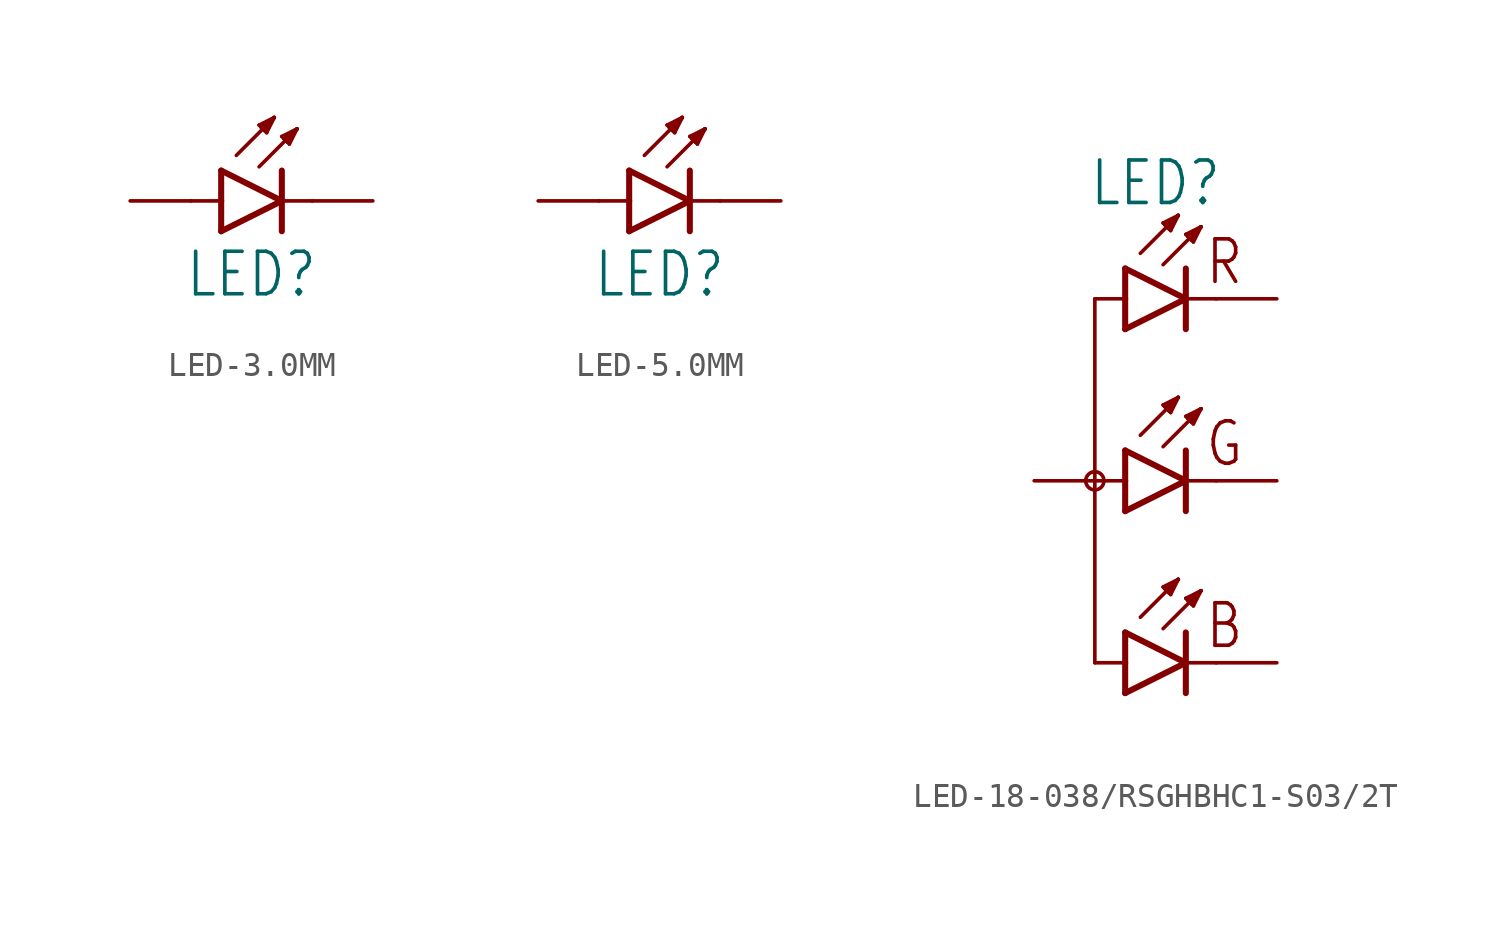
<source format=kicad_sym>
(kicad_symbol_lib
  (version 20231120)
  (generator "kicad_symbol_editor")
  (generator_version "8.0")
  (symbol "LED-3.0MM"
    (property "Reference" "LED"
      (at 0 -2.032 0)
      (effects (font (size 1.778 1.511)) (justify top)))
    (property "Value" ""
      (at 0 -4.572 0)
      (effects (font (size 1.778 1.511)) (justify top)))
    (property "ki_locked" ""
      (at 0 0 0)
      (effects (font (size 1.27 1.27))))
    (symbol "LED-3.0MM_1_0"
      (polyline (pts (xy -2.54 0) (xy -1.27 0)) (stroke (width 0.152) (type solid)) (fill (type none)))
      (polyline (pts (xy -1.27 -1.27) (xy 1.27 0)) (stroke (width 0.254) (type solid)) (fill (type none)))
      (polyline (pts (xy -1.27 0) (xy -1.27 -1.27)) (stroke (width 0.254) (type solid)) (fill (type none)))
      (polyline (pts (xy -1.27 1.27) (xy -1.27 0)) (stroke (width 0.254) (type solid)) (fill (type none)))
      (polyline (pts (xy -0.635 1.905) (xy 0.953 3.493)) (stroke (width 0.152) (type solid)) (fill (type none)))
      (polyline (pts (xy 0.318 1.429) (xy 1.905 3.016)) (stroke (width 0.152) (type solid)) (fill (type none)))
      (polyline (pts (xy 0.318 3.175) (xy 0.397 3.096)) (stroke (width 0.152) (type solid)) (fill (type none)))
      (polyline (pts (xy 0.397 3.096) (xy 0.556 2.937)) (stroke (width 0.152) (type solid)) (fill (type none)))
      (polyline (pts (xy 0.556 2.937) (xy 0.635 2.857)) (stroke (width 0.152) (type solid)) (fill (type none)))
      (polyline (pts (xy 0.635 2.857) (xy 0.953 3.493)) (stroke (width 0.152) (type solid)) (fill (type none)))
      (polyline (pts (xy 0.953 3.493) (xy 0.318 3.175)) (stroke (width 0.152) (type solid)) (fill (type none)))
      (polyline (pts (xy 0.953 3.493) (xy 0.397 3.096)) (stroke (width 0.152) (type solid)) (fill (type none)))
      (polyline (pts (xy 0.953 3.493) (xy 0.556 2.937)) (stroke (width 0.152) (type solid)) (fill (type none)))
      (polyline (pts (xy 1.27 0) (xy -1.27 1.27)) (stroke (width 0.254) (type solid)) (fill (type none)))
      (polyline (pts (xy 1.27 0) (xy 1.27 -1.27)) (stroke (width 0.254) (type solid)) (fill (type none)))
      (polyline (pts (xy 1.27 1.27) (xy 1.27 0)) (stroke (width 0.254) (type solid)) (fill (type none)))
      (polyline (pts (xy 1.27 2.699) (xy 1.349 2.619)) (stroke (width 0.152) (type solid)) (fill (type none)))
      (polyline (pts (xy 1.349 2.619) (xy 1.508 2.461)) (stroke (width 0.152) (type solid)) (fill (type none)))
      (polyline (pts (xy 1.508 2.461) (xy 1.587 2.381)) (stroke (width 0.152) (type solid)) (fill (type none)))
      (polyline (pts (xy 1.587 2.381) (xy 1.905 3.016)) (stroke (width 0.152) (type solid)) (fill (type none)))
      (polyline (pts (xy 1.905 3.016) (xy 1.27 2.699)) (stroke (width 0.152) (type solid)) (fill (type none)))
      (polyline (pts (xy 1.905 3.016) (xy 1.349 2.619)) (stroke (width 0.152) (type solid)) (fill (type none)))
      (polyline (pts (xy 1.905 3.016) (xy 1.508 2.461)) (stroke (width 0.152) (type solid)) (fill (type none)))
      (polyline (pts (xy 2.54 0) (xy 1.27 0)) (stroke (width 0.152) (type solid)) (fill (type none)))
      (pin passive line (at -5.08 0 0) (length 2.54) (name "A" (effects (font (size 0 0)))) (number "A" (effects (font (size 0 0)))))
      (pin passive line (at 5.08 0 180) (length 2.54) (name "C" (effects (font (size 0 0)))) (number "C" (effects (font (size 0 0)))))))
  (symbol "LED-5.0MM"
    (property "Reference" "LED"
      (at 0 -2.032 0)
      (effects (font (size 1.778 1.511)) (justify top)))
    (property "Value" ""
      (at 0 -4.572 0)
      (effects (font (size 1.778 1.511)) (justify top)))
    (property "ki_locked" ""
      (at 0 0 0)
      (effects (font (size 1.27 1.27))))
    (symbol "LED-5.0MM_1_0"
      (polyline (pts (xy -2.54 0) (xy -1.27 0)) (stroke (width 0.152) (type solid)) (fill (type none)))
      (polyline (pts (xy -1.27 -1.27) (xy 1.27 0)) (stroke (width 0.254) (type solid)) (fill (type none)))
      (polyline (pts (xy -1.27 0) (xy -1.27 -1.27)) (stroke (width 0.254) (type solid)) (fill (type none)))
      (polyline (pts (xy -1.27 1.27) (xy -1.27 0)) (stroke (width 0.254) (type solid)) (fill (type none)))
      (polyline (pts (xy -0.635 1.905) (xy 0.953 3.493)) (stroke (width 0.152) (type solid)) (fill (type none)))
      (polyline (pts (xy 0.318 1.429) (xy 1.905 3.016)) (stroke (width 0.152) (type solid)) (fill (type none)))
      (polyline (pts (xy 0.318 3.175) (xy 0.397 3.096)) (stroke (width 0.152) (type solid)) (fill (type none)))
      (polyline (pts (xy 0.397 3.096) (xy 0.556 2.937)) (stroke (width 0.152) (type solid)) (fill (type none)))
      (polyline (pts (xy 0.556 2.937) (xy 0.635 2.857)) (stroke (width 0.152) (type solid)) (fill (type none)))
      (polyline (pts (xy 0.635 2.857) (xy 0.953 3.493)) (stroke (width 0.152) (type solid)) (fill (type none)))
      (polyline (pts (xy 0.953 3.493) (xy 0.318 3.175)) (stroke (width 0.152) (type solid)) (fill (type none)))
      (polyline (pts (xy 0.953 3.493) (xy 0.397 3.096)) (stroke (width 0.152) (type solid)) (fill (type none)))
      (polyline (pts (xy 0.953 3.493) (xy 0.556 2.937)) (stroke (width 0.152) (type solid)) (fill (type none)))
      (polyline (pts (xy 1.27 0) (xy -1.27 1.27)) (stroke (width 0.254) (type solid)) (fill (type none)))
      (polyline (pts (xy 1.27 0) (xy 1.27 -1.27)) (stroke (width 0.254) (type solid)) (fill (type none)))
      (polyline (pts (xy 1.27 1.27) (xy 1.27 0)) (stroke (width 0.254) (type solid)) (fill (type none)))
      (polyline (pts (xy 1.27 2.699) (xy 1.349 2.619)) (stroke (width 0.152) (type solid)) (fill (type none)))
      (polyline (pts (xy 1.349 2.619) (xy 1.508 2.461)) (stroke (width 0.152) (type solid)) (fill (type none)))
      (polyline (pts (xy 1.508 2.461) (xy 1.587 2.381)) (stroke (width 0.152) (type solid)) (fill (type none)))
      (polyline (pts (xy 1.587 2.381) (xy 1.905 3.016)) (stroke (width 0.152) (type solid)) (fill (type none)))
      (polyline (pts (xy 1.905 3.016) (xy 1.27 2.699)) (stroke (width 0.152) (type solid)) (fill (type none)))
      (polyline (pts (xy 1.905 3.016) (xy 1.349 2.619)) (stroke (width 0.152) (type solid)) (fill (type none)))
      (polyline (pts (xy 1.905 3.016) (xy 1.508 2.461)) (stroke (width 0.152) (type solid)) (fill (type none)))
      (polyline (pts (xy 2.54 0) (xy 1.27 0)) (stroke (width 0.152) (type solid)) (fill (type none)))
      (pin passive line (at -5.08 0 0) (length 2.54) (name "A" (effects (font (size 0 0)))) (number "A" (effects (font (size 0 0)))))
      (pin passive line (at 5.08 0 180) (length 2.54) (name "C" (effects (font (size 0 0)))) (number "C" (effects (font (size 0 0)))))))
  (symbol "LED-18-038/RSGHBHC1-S03/2T"
    (property "Reference" "LED"
      (at 0 11.43 0)
      (effects (font (size 1.778 1.511)) (justify bottom)))
    (property "Value" ""
      (at 1.016 -9.398 0)
      (effects (font (size 1.778 1.511)) (justify top)))
    (property "ki_locked" ""
      (at 0 0 0)
      (effects (font (size 1.27 1.27))))
    (symbol "LED-18-038/RSGHBHC1-S03/2T_1_0"
      (circle (center -2.54 0) (radius 0.381) (stroke (width 0) (type solid)) (fill (type none)))
      (polyline (pts (xy -2.54 -7.62) (xy -2.54 0)) (stroke (width 0.152) (type solid)) (fill (type none)))
      (polyline (pts (xy -2.54 -7.62) (xy -1.27 -7.62)) (stroke (width 0.152) (type solid)) (fill (type none)))
      (polyline (pts (xy -2.54 0) (xy -2.54 7.62)) (stroke (width 0.152) (type solid)) (fill (type none)))
      (polyline (pts (xy -2.54 0) (xy -1.27 0)) (stroke (width 0.152) (type solid)) (fill (type none)))
      (polyline (pts (xy -2.54 7.62) (xy -1.27 7.62)) (stroke (width 0.152) (type solid)) (fill (type none)))
      (polyline (pts (xy -1.27 -8.89) (xy 1.27 -7.62)) (stroke (width 0.254) (type solid)) (fill (type none)))
      (polyline (pts (xy -1.27 -7.62) (xy -1.27 -8.89)) (stroke (width 0.254) (type solid)) (fill (type none)))
      (polyline (pts (xy -1.27 -6.35) (xy -1.27 -7.62)) (stroke (width 0.254) (type solid)) (fill (type none)))
      (polyline (pts (xy -1.27 -1.27) (xy 1.27 0)) (stroke (width 0.254) (type solid)) (fill (type none)))
      (polyline (pts (xy -1.27 0) (xy -1.27 -1.27)) (stroke (width 0.254) (type solid)) (fill (type none)))
      (polyline (pts (xy -1.27 1.27) (xy -1.27 0)) (stroke (width 0.254) (type solid)) (fill (type none)))
      (polyline (pts (xy -1.27 6.35) (xy 1.27 7.62)) (stroke (width 0.254) (type solid)) (fill (type none)))
      (polyline (pts (xy -1.27 7.62) (xy -1.27 6.35)) (stroke (width 0.254) (type solid)) (fill (type none)))
      (polyline (pts (xy -1.27 8.89) (xy -1.27 7.62)) (stroke (width 0.254) (type solid)) (fill (type none)))
      (polyline (pts (xy -0.635 -5.715) (xy 0.953 -4.128)) (stroke (width 0.152) (type solid)) (fill (type none)))
      (polyline (pts (xy -0.635 1.905) (xy 0.953 3.493)) (stroke (width 0.152) (type solid)) (fill (type none)))
      (polyline (pts (xy -0.635 9.525) (xy 0.953 11.113)) (stroke (width 0.152) (type solid)) (fill (type none)))
      (polyline (pts (xy 0.318 -6.191) (xy 1.905 -4.604)) (stroke (width 0.152) (type solid)) (fill (type none)))
      (polyline (pts (xy 0.318 -4.445) (xy 0.397 -4.524)) (stroke (width 0.152) (type solid)) (fill (type none)))
      (polyline (pts (xy 0.318 1.429) (xy 1.905 3.016)) (stroke (width 0.152) (type solid)) (fill (type none)))
      (polyline (pts (xy 0.318 3.175) (xy 0.397 3.096)) (stroke (width 0.152) (type solid)) (fill (type none)))
      (polyline (pts (xy 0.318 9.049) (xy 1.905 10.636)) (stroke (width 0.152) (type solid)) (fill (type none)))
      (polyline (pts (xy 0.318 10.795) (xy 0.397 10.716)) (stroke (width 0.152) (type solid)) (fill (type none)))
      (polyline (pts (xy 0.397 -4.524) (xy 0.556 -4.683)) (stroke (width 0.152) (type solid)) (fill (type none)))
      (polyline (pts (xy 0.397 3.096) (xy 0.556 2.937)) (stroke (width 0.152) (type solid)) (fill (type none)))
      (polyline (pts (xy 0.397 10.716) (xy 0.556 10.557)) (stroke (width 0.152) (type solid)) (fill (type none)))
      (polyline (pts (xy 0.556 -4.683) (xy 0.635 -4.763)) (stroke (width 0.152) (type solid)) (fill (type none)))
      (polyline (pts (xy 0.556 2.937) (xy 0.635 2.857)) (stroke (width 0.152) (type solid)) (fill (type none)))
      (polyline (pts (xy 0.556 10.557) (xy 0.635 10.477)) (stroke (width 0.152) (type solid)) (fill (type none)))
      (polyline (pts (xy 0.635 -4.763) (xy 0.953 -4.128)) (stroke (width 0.152) (type solid)) (fill (type none)))
      (polyline (pts (xy 0.635 2.857) (xy 0.953 3.493)) (stroke (width 0.152) (type solid)) (fill (type none)))
      (polyline (pts (xy 0.635 10.477) (xy 0.953 11.113)) (stroke (width 0.152) (type solid)) (fill (type none)))
      (polyline (pts (xy 0.953 -4.128) (xy 0.318 -4.445)) (stroke (width 0.152) (type solid)) (fill (type none)))
      (polyline (pts (xy 0.953 -4.128) (xy 0.397 -4.524)) (stroke (width 0.152) (type solid)) (fill (type none)))
      (polyline (pts (xy 0.953 -4.128) (xy 0.556 -4.683)) (stroke (width 0.152) (type solid)) (fill (type none)))
      (polyline (pts (xy 0.953 3.493) (xy 0.318 3.175)) (stroke (width 0.152) (type solid)) (fill (type none)))
      (polyline (pts (xy 0.953 3.493) (xy 0.397 3.096)) (stroke (width 0.152) (type solid)) (fill (type none)))
      (polyline (pts (xy 0.953 3.493) (xy 0.556 2.937)) (stroke (width 0.152) (type solid)) (fill (type none)))
      (polyline (pts (xy 0.953 11.113) (xy 0.318 10.795)) (stroke (width 0.152) (type solid)) (fill (type none)))
      (polyline (pts (xy 0.953 11.113) (xy 0.397 10.716)) (stroke (width 0.152) (type solid)) (fill (type none)))
      (polyline (pts (xy 0.953 11.113) (xy 0.556 10.557)) (stroke (width 0.152) (type solid)) (fill (type none)))
      (polyline (pts (xy 1.27 -7.62) (xy -1.27 -6.35)) (stroke (width 0.254) (type solid)) (fill (type none)))
      (polyline (pts (xy 1.27 -7.62) (xy 1.27 -8.89)) (stroke (width 0.254) (type solid)) (fill (type none)))
      (polyline (pts (xy 1.27 -6.35) (xy 1.27 -7.62)) (stroke (width 0.254) (type solid)) (fill (type none)))
      (polyline (pts (xy 1.27 -4.921) (xy 1.349 -5.001)) (stroke (width 0.152) (type solid)) (fill (type none)))
      (polyline (pts (xy 1.27 0) (xy -1.27 1.27)) (stroke (width 0.254) (type solid)) (fill (type none)))
      (polyline (pts (xy 1.27 0) (xy 1.27 -1.27)) (stroke (width 0.254) (type solid)) (fill (type none)))
      (polyline (pts (xy 1.27 1.27) (xy 1.27 0)) (stroke (width 0.254) (type solid)) (fill (type none)))
      (polyline (pts (xy 1.27 2.699) (xy 1.349 2.619)) (stroke (width 0.152) (type solid)) (fill (type none)))
      (polyline (pts (xy 1.27 7.62) (xy -1.27 8.89)) (stroke (width 0.254) (type solid)) (fill (type none)))
      (polyline (pts (xy 1.27 7.62) (xy 1.27 6.35)) (stroke (width 0.254) (type solid)) (fill (type none)))
      (polyline (pts (xy 1.27 8.89) (xy 1.27 7.62)) (stroke (width 0.254) (type solid)) (fill (type none)))
      (polyline (pts (xy 1.27 10.319) (xy 1.349 10.239)) (stroke (width 0.152) (type solid)) (fill (type none)))
      (polyline (pts (xy 1.349 -5.001) (xy 1.508 -5.159)) (stroke (width 0.152) (type solid)) (fill (type none)))
      (polyline (pts (xy 1.349 2.619) (xy 1.508 2.461)) (stroke (width 0.152) (type solid)) (fill (type none)))
      (polyline (pts (xy 1.349 10.239) (xy 1.508 10.081)) (stroke (width 0.152) (type solid)) (fill (type none)))
      (polyline (pts (xy 1.508 -5.159) (xy 1.587 -5.239)) (stroke (width 0.152) (type solid)) (fill (type none)))
      (polyline (pts (xy 1.508 2.461) (xy 1.587 2.381)) (stroke (width 0.152) (type solid)) (fill (type none)))
      (polyline (pts (xy 1.508 10.081) (xy 1.587 10.001)) (stroke (width 0.152) (type solid)) (fill (type none)))
      (polyline (pts (xy 1.587 -5.239) (xy 1.905 -4.604)) (stroke (width 0.152) (type solid)) (fill (type none)))
      (polyline (pts (xy 1.587 2.381) (xy 1.905 3.016)) (stroke (width 0.152) (type solid)) (fill (type none)))
      (polyline (pts (xy 1.587 10.001) (xy 1.905 10.636)) (stroke (width 0.152) (type solid)) (fill (type none)))
      (polyline (pts (xy 1.905 -4.604) (xy 1.27 -4.921)) (stroke (width 0.152) (type solid)) (fill (type none)))
      (polyline (pts (xy 1.905 -4.604) (xy 1.349 -5.001)) (stroke (width 0.152) (type solid)) (fill (type none)))
      (polyline (pts (xy 1.905 -4.604) (xy 1.508 -5.159)) (stroke (width 0.152) (type solid)) (fill (type none)))
      (polyline (pts (xy 1.905 3.016) (xy 1.27 2.699)) (stroke (width 0.152) (type solid)) (fill (type none)))
      (polyline (pts (xy 1.905 3.016) (xy 1.349 2.619)) (stroke (width 0.152) (type solid)) (fill (type none)))
      (polyline (pts (xy 1.905 3.016) (xy 1.508 2.461)) (stroke (width 0.152) (type solid)) (fill (type none)))
      (polyline (pts (xy 1.905 10.636) (xy 1.27 10.319)) (stroke (width 0.152) (type solid)) (fill (type none)))
      (polyline (pts (xy 1.905 10.636) (xy 1.349 10.239)) (stroke (width 0.152) (type solid)) (fill (type none)))
      (polyline (pts (xy 1.905 10.636) (xy 1.508 10.081)) (stroke (width 0.152) (type solid)) (fill (type none)))
      (polyline (pts (xy 2.54 -7.62) (xy 1.27 -7.62)) (stroke (width 0.152) (type solid)) (fill (type none)))
      (polyline (pts (xy 2.54 0) (xy 1.27 0)) (stroke (width 0.152) (type solid)) (fill (type none)))
      (polyline (pts (xy 2.54 7.62) (xy 1.27 7.62)) (stroke (width 0.152) (type solid)) (fill (type none)))
      (text "B" (at 2.032 -7.112 0) (effects (font (size 1.778 1.511)) (justify left bottom)))
      (text "G" (at 2.032 0.508 0) (effects (font (size 1.778 1.511)) (justify left bottom)))
      (text "R" (at 2.032 8.128 0) (effects (font (size 1.778 1.511)) (justify left bottom)))
      (pin passive line (at -5.08 0 0) (length 2.54) (name "A" (effects (font (size 0 0)))) (number "1" (effects (font (size 0 0)))))
      (pin passive line (at 5.08 7.62 180) (length 2.54) (name "C_R" (effects (font (size 0 0)))) (number "2" (effects (font (size 0 0)))))
      (pin passive line (at 5.08 0 180) (length 2.54) (name "C_G" (effects (font (size 0 0)))) (number "3" (effects (font (size 0 0)))))
      (pin passive line (at 5.08 -7.62 180) (length 2.54) (name "C_B" (effects (font (size 0 0)))) (number "4" (effects (font (size 0 0))))))))
</source>
